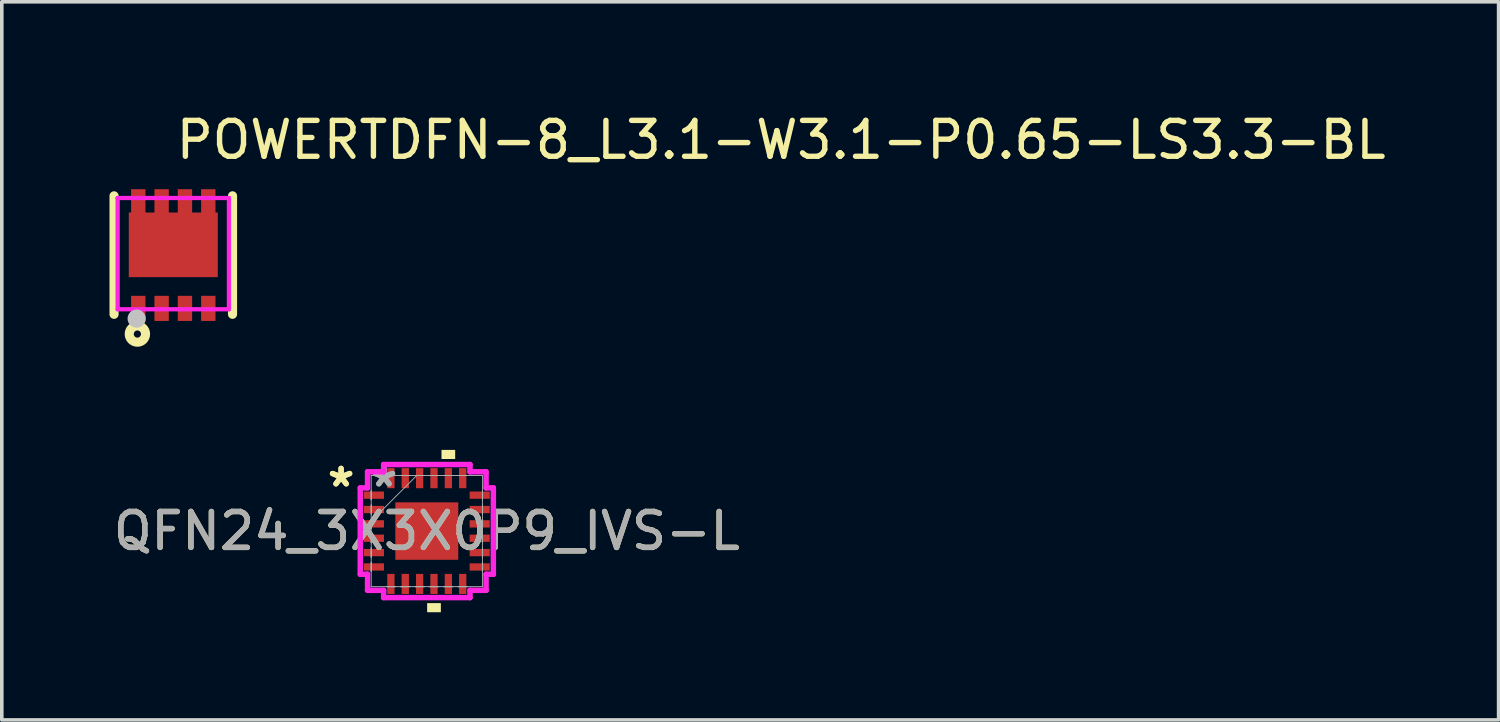
<source format=kicad_pcb>
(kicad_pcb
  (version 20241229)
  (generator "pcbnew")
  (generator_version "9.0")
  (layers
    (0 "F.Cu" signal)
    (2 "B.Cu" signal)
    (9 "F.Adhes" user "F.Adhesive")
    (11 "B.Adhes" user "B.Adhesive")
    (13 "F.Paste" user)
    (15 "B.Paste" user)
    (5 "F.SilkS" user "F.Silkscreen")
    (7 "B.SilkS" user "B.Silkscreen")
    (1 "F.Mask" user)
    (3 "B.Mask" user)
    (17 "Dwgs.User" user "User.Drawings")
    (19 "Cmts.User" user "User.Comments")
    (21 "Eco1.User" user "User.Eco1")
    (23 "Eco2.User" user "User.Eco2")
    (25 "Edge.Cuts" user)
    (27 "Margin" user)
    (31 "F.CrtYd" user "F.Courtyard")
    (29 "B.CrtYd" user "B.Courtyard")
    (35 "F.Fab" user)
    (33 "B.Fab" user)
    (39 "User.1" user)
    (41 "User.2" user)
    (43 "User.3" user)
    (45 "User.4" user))
  (footprint "QFN24_3X3X0P9_IVS-L"
    (layer "F.Cu")
    (at 8.839 11.743)
    (property "Reference" "QFN24_3X3X0P9_IVS-L" (at 0 0 0) (unlocked yes) (layer "F.SilkS") (effects (font (size 1 1) (thickness 0.15))))
    (attr smd)
    (fp_poly (pts (xy 0.009 2.007) (xy 0.009 2.261) (xy 0.391 2.261) (xy 0.391 2.007)) (stroke (width 0) (type solid)) (fill yes) (layer "F.SilkS"))
    (fp_poly (pts (xy 0.409 -2.007) (xy 0.409 -2.261) (xy 0.79 -2.261) (xy 0.79 -2.007)) (stroke (width 0) (type solid)) (fill yes) (layer "F.SilkS"))
    (fp_line (start -1.854 -1.203) (end -1.651 -1.203) (stroke (width 0.152) (type solid)) (layer "F.CrtYd"))
    (fp_line (start -1.854 1.203) (end -1.854 -1.203) (stroke (width 0.152) (type solid)) (layer "F.CrtYd"))
    (fp_line (start -1.651 -1.651) (end -1.203 -1.651) (stroke (width 0.152) (type solid)) (layer "F.CrtYd"))
    (fp_line (start -1.651 -1.203) (end -1.651 -1.651) (stroke (width 0.152) (type solid)) (layer "F.CrtYd"))
    (fp_line (start -1.651 1.203) (end -1.854 1.203) (stroke (width 0.152) (type solid)) (layer "F.CrtYd"))
    (fp_line (start -1.651 1.651) (end -1.651 1.203) (stroke (width 0.152) (type solid)) (layer "F.CrtYd"))
    (fp_line (start -1.203 -1.854) (end 1.203 -1.854) (stroke (width 0.152) (type solid)) (layer "F.CrtYd"))
    (fp_line (start -1.203 -1.651) (end -1.203 -1.854) (stroke (width 0.152) (type solid)) (layer "F.CrtYd"))
    (fp_line (start -1.203 1.651) (end -1.651 1.651) (stroke (width 0.152) (type solid)) (layer "F.CrtYd"))
    (fp_line (start -1.203 1.854) (end -1.203 1.651) (stroke (width 0.152) (type solid)) (layer "F.CrtYd"))
    (fp_line (start 1.203 -1.854) (end 1.203 -1.651) (stroke (width 0.152) (type solid)) (layer "F.CrtYd"))
    (fp_line (start 1.203 -1.651) (end 1.651 -1.651) (stroke (width 0.152) (type solid)) (layer "F.CrtYd"))
    (fp_line (start 1.203 1.651) (end 1.203 1.854) (stroke (width 0.152) (type solid)) (layer "F.CrtYd"))
    (fp_line (start 1.203 1.854) (end -1.203 1.854) (stroke (width 0.152) (type solid)) (layer "F.CrtYd"))
    (fp_line (start 1.651 -1.651) (end 1.651 -1.203) (stroke (width 0.152) (type solid)) (layer "F.CrtYd"))
    (fp_line (start 1.651 -1.203) (end 1.854 -1.203) (stroke (width 0.152) (type solid)) (layer "F.CrtYd"))
    (fp_line (start 1.651 1.203) (end 1.651 1.651) (stroke (width 0.152) (type solid)) (layer "F.CrtYd"))
    (fp_line (start 1.651 1.651) (end 1.203 1.651) (stroke (width 0.152) (type solid)) (layer "F.CrtYd"))
    (fp_line (start 1.854 -1.203) (end 1.854 1.203) (stroke (width 0.152) (type solid)) (layer "F.CrtYd"))
    (fp_line (start 1.854 1.203) (end 1.651 1.203) (stroke (width 0.152) (type solid)) (layer "F.CrtYd"))
    (fp_line (start -1.549 -1.549) (end -1.549 -1.549) (stroke (width 0.025) (type solid)) (layer "F.Fab"))
    (fp_line (start -1.549 -1.549) (end -1.549 1.549) (stroke (width 0.025) (type solid)) (layer "F.Fab"))
    (fp_line (start -1.549 -1.127) (end -1.549 -1.127) (stroke (width 0.025) (type solid)) (layer "F.Fab"))
    (fp_line (start -1.549 -1.127) (end -1.549 -0.873) (stroke (width 0.025) (type solid)) (layer "F.Fab"))
    (fp_line (start -1.549 -0.873) (end -1.549 -1.127) (stroke (width 0.025) (type solid)) (layer "F.Fab"))
    (fp_line (start -1.549 -0.873) (end -1.549 -0.873) (stroke (width 0.025) (type solid)) (layer "F.Fab"))
    (fp_line (start -1.549 -0.727) (end -1.549 -0.727) (stroke (width 0.025) (type solid)) (layer "F.Fab"))
    (fp_line (start -1.549 -0.727) (end -1.549 -0.473) (stroke (width 0.025) (type solid)) (layer "F.Fab"))
    (fp_line (start -1.549 -0.473) (end -1.549 -0.727) (stroke (width 0.025) (type solid)) (layer "F.Fab"))
    (fp_line (start -1.549 -0.473) (end -1.549 -0.473) (stroke (width 0.025) (type solid)) (layer "F.Fab"))
    (fp_line (start -1.549 -0.327) (end -1.549 -0.327) (stroke (width 0.025) (type solid)) (layer "F.Fab"))
    (fp_line (start -1.549 -0.327) (end -1.549 -0.073) (stroke (width 0.025) (type solid)) (layer "F.Fab"))
    (fp_line (start -1.549 -0.279) (end -0.279 -1.549) (stroke (width 0.025) (type solid)) (layer "F.Fab"))
    (fp_line (start -1.549 -0.073) (end -1.549 -0.327) (stroke (width 0.025) (type solid)) (layer "F.Fab"))
    (fp_line (start -1.549 -0.073) (end -1.549 -0.073) (stroke (width 0.025) (type solid)) (layer "F.Fab"))
    (fp_line (start -1.549 0.073) (end -1.549 0.073) (stroke (width 0.025) (type solid)) (layer "F.Fab"))
    (fp_line (start -1.549 0.073) (end -1.549 0.327) (stroke (width 0.025) (type solid)) (layer "F.Fab"))
    (fp_line (start -1.549 0.327) (end -1.549 0.073) (stroke (width 0.025) (type solid)) (layer "F.Fab"))
    (fp_line (start -1.549 0.327) (end -1.549 0.327) (stroke (width 0.025) (type solid)) (layer "F.Fab"))
    (fp_line (start -1.549 0.473) (end -1.549 0.473) (stroke (width 0.025) (type solid)) (layer "F.Fab"))
    (fp_line (start -1.549 0.473) (end -1.549 0.727) (stroke (width 0.025) (type solid)) (layer "F.Fab"))
    (fp_line (start -1.549 0.727) (end -1.549 0.473) (stroke (width 0.025) (type solid)) (layer "F.Fab"))
    (fp_line (start -1.549 0.727) (end -1.549 0.727) (stroke (width 0.025) (type solid)) (layer "F.Fab"))
    (fp_line (start -1.549 0.873) (end -1.549 0.873) (stroke (width 0.025) (type solid)) (layer "F.Fab"))
    (fp_line (start -1.549 0.873) (end -1.549 1.127) (stroke (width 0.025) (type solid)) (layer "F.Fab"))
    (fp_line (start -1.549 1.127) (end -1.549 0.873) (stroke (width 0.025) (type solid)) (layer "F.Fab"))
    (fp_line (start -1.549 1.127) (end -1.549 1.127) (stroke (width 0.025) (type solid)) (layer "F.Fab"))
    (fp_line (start -1.549 1.549) (end -1.549 1.549) (stroke (width 0.025) (type solid)) (layer "F.Fab"))
    (fp_line (start -1.549 1.549) (end 1.549 1.549) (stroke (width 0.025) (type solid)) (layer "F.Fab"))
    (fp_line (start -1.127 -1.549) (end -1.127 -1.549) (stroke (width 0.025) (type solid)) (layer "F.Fab"))
    (fp_line (start -1.127 -1.549) (end -0.873 -1.549) (stroke (width 0.025) (type solid)) (layer "F.Fab"))
    (fp_line (start -1.127 1.549) (end -1.127 1.549) (stroke (width 0.025) (type solid)) (layer "F.Fab"))
    (fp_line (start -1.127 1.549) (end -0.873 1.549) (stroke (width 0.025) (type solid)) (layer "F.Fab"))
    (fp_line (start -0.873 -1.549) (end -1.127 -1.549) (stroke (width 0.025) (type solid)) (layer "F.Fab"))
    (fp_line (start -0.873 -1.549) (end -0.873 -1.549) (stroke (width 0.025) (type solid)) (layer "F.Fab"))
    (fp_line (start -0.873 1.549) (end -1.127 1.549) (stroke (width 0.025) (type solid)) (layer "F.Fab"))
    (fp_line (start -0.873 1.549) (end -0.873 1.549) (stroke (width 0.025) (type solid)) (layer "F.Fab"))
    (fp_line (start -0.727 -1.549) (end -0.727 -1.549) (stroke (width 0.025) (type solid)) (layer "F.Fab"))
    (fp_line (start -0.727 -1.549) (end -0.473 -1.549) (stroke (width 0.025) (type solid)) (layer "F.Fab"))
    (fp_line (start -0.727 1.549) (end -0.727 1.549) (stroke (width 0.025) (type solid)) (layer "F.Fab"))
    (fp_line (start -0.727 1.549) (end -0.473 1.549) (stroke (width 0.025) (type solid)) (layer "F.Fab"))
    (fp_line (start -0.473 -1.549) (end -0.727 -1.549) (stroke (width 0.025) (type solid)) (layer "F.Fab"))
    (fp_line (start -0.473 -1.549) (end -0.473 -1.549) (stroke (width 0.025) (type solid)) (layer "F.Fab"))
    (fp_line (start -0.473 1.549) (end -0.727 1.549) (stroke (width 0.025) (type solid)) (layer "F.Fab"))
    (fp_line (start -0.473 1.549) (end -0.473 1.549) (stroke (width 0.025) (type solid)) (layer "F.Fab"))
    (fp_line (start -0.327 -1.549) (end -0.327 -1.549) (stroke (width 0.025) (type solid)) (layer "F.Fab"))
    (fp_line (start -0.327 -1.549) (end -0.073 -1.549) (stroke (width 0.025) (type solid)) (layer "F.Fab"))
    (fp_line (start -0.327 1.549) (end -0.327 1.549) (stroke (width 0.025) (type solid)) (layer "F.Fab"))
    (fp_line (start -0.327 1.549) (end -0.073 1.549) (stroke (width 0.025) (type solid)) (layer "F.Fab"))
    (fp_line (start -0.073 -1.549) (end -0.327 -1.549) (stroke (width 0.025) (type solid)) (layer "F.Fab"))
    (fp_line (start -0.073 -1.549) (end -0.073 -1.549) (stroke (width 0.025) (type solid)) (layer "F.Fab"))
    (fp_line (start -0.073 1.549) (end -0.327 1.549) (stroke (width 0.025) (type solid)) (layer "F.Fab"))
    (fp_line (start -0.073 1.549) (end -0.073 1.549) (stroke (width 0.025) (type solid)) (layer "F.Fab"))
    (fp_line (start 0.073 -1.549) (end 0.073 -1.549) (stroke (width 0.025) (type solid)) (layer "F.Fab"))
    (fp_line (start 0.073 -1.549) (end 0.327 -1.549) (stroke (width 0.025) (type solid)) (layer "F.Fab"))
    (fp_line (start 0.073 1.549) (end 0.073 1.549) (stroke (width 0.025) (type solid)) (layer "F.Fab"))
    (fp_line (start 0.073 1.549) (end 0.327 1.549) (stroke (width 0.025) (type solid)) (layer "F.Fab"))
    (fp_line (start 0.327 -1.549) (end 0.073 -1.549) (stroke (width 0.025) (type solid)) (layer "F.Fab"))
    (fp_line (start 0.327 -1.549) (end 0.327 -1.549) (stroke (width 0.025) (type solid)) (layer "F.Fab"))
    (fp_line (start 0.327 1.549) (end 0.073 1.549) (stroke (width 0.025) (type solid)) (layer "F.Fab"))
    (fp_line (start 0.327 1.549) (end 0.327 1.549) (stroke (width 0.025) (type solid)) (layer "F.Fab"))
    (fp_line (start 0.473 -1.549) (end 0.473 -1.549) (stroke (width 0.025) (type solid)) (layer "F.Fab"))
    (fp_line (start 0.473 -1.549) (end 0.727 -1.549) (stroke (width 0.025) (type solid)) (layer "F.Fab"))
    (fp_line (start 0.473 1.549) (end 0.473 1.549) (stroke (width 0.025) (type solid)) (layer "F.Fab"))
    (fp_line (start 0.473 1.549) (end 0.727 1.549) (stroke (width 0.025) (type solid)) (layer "F.Fab"))
    (fp_line (start 0.727 -1.549) (end 0.473 -1.549) (stroke (width 0.025) (type solid)) (layer "F.Fab"))
    (fp_line (start 0.727 -1.549) (end 0.727 -1.549) (stroke (width 0.025) (type solid)) (layer "F.Fab"))
    (fp_line (start 0.727 1.549) (end 0.473 1.549) (stroke (width 0.025) (type solid)) (layer "F.Fab"))
    (fp_line (start 0.727 1.549) (end 0.727 1.549) (stroke (width 0.025) (type solid)) (layer "F.Fab"))
    (fp_line (start 0.873 -1.549) (end 0.873 -1.549) (stroke (width 0.025) (type solid)) (layer "F.Fab"))
    (fp_line (start 0.873 -1.549) (end 1.127 -1.549) (stroke (width 0.025) (type solid)) (layer "F.Fab"))
    (fp_line (start 0.873 1.549) (end 0.873 1.549) (stroke (width 0.025) (type solid)) (layer "F.Fab"))
    (fp_line (start 0.873 1.549) (end 1.127 1.549) (stroke (width 0.025) (type solid)) (layer "F.Fab"))
    (fp_line (start 1.127 -1.549) (end 0.873 -1.549) (stroke (width 0.025) (type solid)) (layer "F.Fab"))
    (fp_line (start 1.127 -1.549) (end 1.127 -1.549) (stroke (width 0.025) (type solid)) (layer "F.Fab"))
    (fp_line (start 1.127 1.549) (end 0.873 1.549) (stroke (width 0.025) (type solid)) (layer "F.Fab"))
    (fp_line (start 1.127 1.549) (end 1.127 1.549) (stroke (width 0.025) (type solid)) (layer "F.Fab"))
    (fp_line (start 1.549 -1.549) (end -1.549 -1.549) (stroke (width 0.025) (type solid)) (layer "F.Fab"))
    (fp_line (start 1.549 -1.549) (end 1.549 -1.549) (stroke (width 0.025) (type solid)) (layer "F.Fab"))
    (fp_line (start 1.549 -1.127) (end 1.549 -1.127) (stroke (width 0.025) (type solid)) (layer "F.Fab"))
    (fp_line (start 1.549 -1.127) (end 1.549 -0.873) (stroke (width 0.025) (type solid)) (layer "F.Fab"))
    (fp_line (start 1.549 -0.873) (end 1.549 -1.127) (stroke (width 0.025) (type solid)) (layer "F.Fab"))
    (fp_line (start 1.549 -0.873) (end 1.549 -0.873) (stroke (width 0.025) (type solid)) (layer "F.Fab"))
    (fp_line (start 1.549 -0.727) (end 1.549 -0.727) (stroke (width 0.025) (type solid)) (layer "F.Fab"))
    (fp_line (start 1.549 -0.727) (end 1.549 -0.473) (stroke (width 0.025) (type solid)) (layer "F.Fab"))
    (fp_line (start 1.549 -0.473) (end 1.549 -0.727) (stroke (width 0.025) (type solid)) (layer "F.Fab"))
    (fp_line (start 1.549 -0.473) (end 1.549 -0.473) (stroke (width 0.025) (type solid)) (layer "F.Fab"))
    (fp_line (start 1.549 -0.327) (end 1.549 -0.327) (stroke (width 0.025) (type solid)) (layer "F.Fab"))
    (fp_line (start 1.549 -0.327) (end 1.549 -0.073) (stroke (width 0.025) (type solid)) (layer "F.Fab"))
    (fp_line (start 1.549 -0.073) (end 1.549 -0.327) (stroke (width 0.025) (type solid)) (layer "F.Fab"))
    (fp_line (start 1.549 -0.073) (end 1.549 -0.073) (stroke (width 0.025) (type solid)) (layer "F.Fab"))
    (fp_line (start 1.549 0.073) (end 1.549 0.073) (stroke (width 0.025) (type solid)) (layer "F.Fab"))
    (fp_line (start 1.549 0.073) (end 1.549 0.327) (stroke (width 0.025) (type solid)) (layer "F.Fab"))
    (fp_line (start 1.549 0.327) (end 1.549 0.073) (stroke (width 0.025) (type solid)) (layer "F.Fab"))
    (fp_line (start 1.549 0.327) (end 1.549 0.327) (stroke (width 0.025) (type solid)) (layer "F.Fab"))
    (fp_line (start 1.549 0.473) (end 1.549 0.473) (stroke (width 0.025) (type solid)) (layer "F.Fab"))
    (fp_line (start 1.549 0.473) (end 1.549 0.727) (stroke (width 0.025) (type solid)) (layer "F.Fab"))
    (fp_line (start 1.549 0.727) (end 1.549 0.473) (stroke (width 0.025) (type solid)) (layer "F.Fab"))
    (fp_line (start 1.549 0.727) (end 1.549 0.727) (stroke (width 0.025) (type solid)) (layer "F.Fab"))
    (fp_line (start 1.549 0.873) (end 1.549 0.873) (stroke (width 0.025) (type solid)) (layer "F.Fab"))
    (fp_line (start 1.549 0.873) (end 1.549 1.127) (stroke (width 0.025) (type solid)) (layer "F.Fab"))
    (fp_line (start 1.549 1.127) (end 1.549 0.873) (stroke (width 0.025) (type solid)) (layer "F.Fab"))
    (fp_line (start 1.549 1.127) (end 1.549 1.127) (stroke (width 0.025) (type solid)) (layer "F.Fab"))
    (fp_line (start 1.549 1.549) (end 1.549 -1.549) (stroke (width 0.025) (type solid)) (layer "F.Fab"))
    (fp_line (start 1.549 1.549) (end 1.549 1.549) (stroke (width 0.025) (type solid)) (layer "F.Fab"))
    (fp_text user "*" (at -2.388 -1.2 0) (layer "F.SilkS") (effects (font (size 1 1) (thickness 0.15))))
    (fp_text user "*" (at -2.388 -1.2 0) (unlocked yes) (layer "F.SilkS") (effects (font (size 1 1) (thickness 0.15))))
    (fp_text user "*" (at -1.194 -1.2 0) (unlocked yes) (layer "F.Fab") (effects (font (size 1 1) (thickness 0.15))))
    (fp_text user "*" (at -1.194 -1.2 0) (layer "F.Fab") (effects (font (size 1 1) (thickness 0.15))))
    (fp_text user "${REFERENCE}" (at 0 0 0) (unlocked yes) (layer "F.Fab") (effects (font (size 1 1) (thickness 0.15))))
    (pad "1" smd rect (at -1.473 -1 90) (size 0.203 0.559) (layers "F.Cu" "F.Mask" "F.Paste"))
    (pad "2" smd rect (at -1.473 -0.6 90) (size 0.203 0.559) (layers "F.Cu" "F.Mask" "F.Paste"))
    (pad "3" smd rect (at -1.473 -0.2 90) (size 0.203 0.559) (layers "F.Cu" "F.Mask" "F.Paste"))
    (pad "4" smd rect (at -1.473 0.2 90) (size 0.203 0.559) (layers "F.Cu" "F.Mask" "F.Paste"))
    (pad "5" smd rect (at -1.473 0.6 90) (size 0.203 0.559) (layers "F.Cu" "F.Mask" "F.Paste"))
    (pad "6" smd rect (at -1.473 1 90) (size 0.203 0.559) (layers "F.Cu" "F.Mask" "F.Paste"))
    (pad "7" smd rect (at -1 1.473) (size 0.203 0.559) (layers "F.Cu" "F.Mask" "F.Paste"))
    (pad "8" smd rect (at -0.6 1.473) (size 0.203 0.559) (layers "F.Cu" "F.Mask" "F.Paste"))
    (pad "9" smd rect (at -0.2 1.473) (size 0.203 0.559) (layers "F.Cu" "F.Mask" "F.Paste"))
    (pad "10" smd rect (at 0.2 1.473) (size 0.203 0.559) (layers "F.Cu" "F.Mask" "F.Paste"))
    (pad "11" smd rect (at 0.6 1.473) (size 0.203 0.559) (layers "F.Cu" "F.Mask" "F.Paste"))
    (pad "12" smd rect (at 1 1.473) (size 0.203 0.559) (layers "F.Cu" "F.Mask" "F.Paste"))
    (pad "13" smd rect (at 1.473 1 90) (size 0.203 0.559) (layers "F.Cu" "F.Mask" "F.Paste"))
    (pad "14" smd rect (at 1.473 0.6 90) (size 0.203 0.559) (layers "F.Cu" "F.Mask" "F.Paste"))
    (pad "15" smd rect (at 1.473 0.2 90) (size 0.203 0.559) (layers "F.Cu" "F.Mask" "F.Paste"))
    (pad "16" smd rect (at 1.473 -0.2 90) (size 0.203 0.559) (layers "F.Cu" "F.Mask" "F.Paste"))
    (pad "17" smd rect (at 1.473 -0.6 90) (size 0.203 0.559) (layers "F.Cu" "F.Mask" "F.Paste"))
    (pad "18" smd rect (at 1.473 -1 90) (size 0.203 0.559) (layers "F.Cu" "F.Mask" "F.Paste"))
    (pad "19" smd rect (at 1 -1.473) (size 0.203 0.559) (layers "F.Cu" "F.Mask" "F.Paste"))
    (pad "20" smd rect (at 0.6 -1.473) (size 0.203 0.559) (layers "F.Cu" "F.Mask" "F.Paste"))
    (pad "21" smd rect (at 0.2 -1.473) (size 0.203 0.559) (layers "F.Cu" "F.Mask" "F.Paste"))
    (pad "22" smd rect (at -0.2 -1.473) (size 0.203 0.559) (layers "F.Cu" "F.Mask" "F.Paste"))
    (pad "23" smd rect (at -0.6 -1.473) (size 0.203 0.559) (layers "F.Cu" "F.Mask" "F.Paste"))
    (pad "24" smd rect (at -1 -1.473) (size 0.203 0.559) (layers "F.Cu" "F.Mask" "F.Paste"))
    (pad "25" smd rect (at 0 0) (size 1.753 1.6) (layers "F.Cu" "F.Mask" "F.Paste")))
  (footprint "POWERTDFN-8_L3.1-W3.1-P0.65-LS3.3-BL"
    (layer "F.Cu")
    (at 1.777 4.055)
    (property "Reference" "POWERTDFN-8_L3.1-W3.1-P0.65-LS3.3-BL" (at 0 -3.207 0) (layer "F.SilkS") (effects (font (size 1 1) (thickness 0.15)) (justify left)))
    (attr through_hole)
    (fp_line (start -1.65 1.65) (end -1.65 -1.65) (stroke (width 0.254) (type solid)) (layer "F.SilkS"))
    (fp_line (start 1.65 -1.65) (end 1.65 1.65) (stroke (width 0.254) (type solid)) (layer "F.SilkS"))
    (fp_circle (center -1 2.2) (end -0.9 2.2) (stroke (width 0.254) (type solid)) (fill no) (layer "F.SilkS"))
    (fp_poly (pts (xy -1.175 1.135) (xy -1.175 1.835) (xy -0.775 1.835) (xy -0.775 1.135)) (stroke (width 0.12) (type solid)) (fill yes) (layer "F.Paste"))
    (fp_poly (pts (xy -0.125 1.835) (xy -0.125 1.135) (xy -0.525 1.135) (xy -0.525 1.835)) (stroke (width 0.12) (type solid)) (fill yes) (layer "F.Paste"))
    (fp_poly (pts (xy 0.525 1.835) (xy 0.525 1.135) (xy 0.125 1.135) (xy 0.125 1.835)) (stroke (width 0.12) (type solid)) (fill yes) (layer "F.Paste"))
    (fp_poly (pts (xy 1.175 1.835) (xy 1.175 1.135) (xy 0.775 1.135) (xy 0.775 1.835)) (stroke (width 0.12) (type solid)) (fill yes) (layer "F.Paste"))
    (fp_poly (pts (xy 0.125 -1.835) (xy 0.125 -1.185) (xy -0.125 -1.185) (xy -0.125 -1.835) (xy -0.525 -1.835) (xy -0.525 -1.185) (xy -0.775 -1.185) (xy -0.775 -1.835) (xy -1.175 -1.835) (xy -1.175 -1.185) (xy -1.24 -1.185) (xy -1.24 0.615) (xy 1.24 0.615) (xy 1.24 -1.185) (xy 1.175 -1.185) (xy 1.175 -1.835) (xy 0.775 -1.835) (xy 0.775 -1.185) (xy 0.525 -1.185) (xy 0.525 -1.835)) (stroke (width 0.12) (type solid)) (fill yes) (layer "F.Paste"))
    (fp_circle (center -1.02 1.77) (end -0.893 1.77) (stroke (width 0.254) (type solid)) (fill no) (layer "Dwgs.User"))
    (fp_circle (center -1.55 1.65) (end -1.52 1.65) (stroke (width 0.06) (type solid)) (fill no) (layer "Eco2.User"))
    (fp_poly (pts (xy -1.24 0.615) (xy -1.24 -1.185) (xy 1.24 -1.185) (xy 1.24 0.615)) (stroke (width 0.12) (type solid)) (fill no) (layer "Eco2.User"))
    (fp_poly (pts (xy -0.84 -1.65) (xy -0.84 -1.25) (xy -1.14 -1.25) (xy -1.14 -1.65)) (stroke (width 0.12) (type solid)) (fill no) (layer "Eco2.User"))
    (fp_poly (pts (xy -0.827 1.25) (xy -0.827 1.65) (xy -1.122 1.65) (xy -1.122 1.25)) (stroke (width 0.12) (type solid)) (fill no) (layer "Eco2.User"))
    (fp_poly (pts (xy -0.18 -1.65) (xy -0.18 -1.25) (xy -0.48 -1.25) (xy -0.48 -1.65)) (stroke (width 0.12) (type solid)) (fill no) (layer "Eco2.User"))
    (fp_poly (pts (xy -0.177 1.25) (xy -0.177 1.65) (xy -0.472 1.65) (xy -0.472 1.25)) (stroke (width 0.12) (type solid)) (fill no) (layer "Eco2.User"))
    (fp_poly (pts (xy 0.473 1.25) (xy 0.473 1.65) (xy 0.178 1.65) (xy 0.178 1.25)) (stroke (width 0.12) (type solid)) (fill no) (layer "Eco2.User"))
    (fp_poly (pts (xy 0.48 -1.65) (xy 0.48 -1.25) (xy 0.18 -1.25) (xy 0.18 -1.65)) (stroke (width 0.12) (type solid)) (fill no) (layer "Eco2.User"))
    (fp_poly (pts (xy 1.123 1.25) (xy 1.123 1.65) (xy 0.828 1.65) (xy 0.828 1.25)) (stroke (width 0.12) (type solid)) (fill no) (layer "Eco2.User"))
    (fp_poly (pts (xy 1.14 -1.65) (xy 1.14 -1.25) (xy 0.84 -1.25) (xy 0.84 -1.65)) (stroke (width 0.12) (type solid)) (fill no) (layer "Eco2.User"))
    (fp_line (start -1.55 -1.59) (end 1.55 -1.59) (stroke (width 0.12) (type solid)) (layer "F.CrtYd"))
    (fp_line (start -1.55 1.51) (end -1.55 -1.59) (stroke (width 0.12) (type solid)) (layer "F.CrtYd"))
    (fp_line (start 1.55 -1.59) (end 1.55 1.51) (stroke (width 0.12) (type solid)) (layer "F.CrtYd"))
    (fp_line (start 1.55 1.51) (end -1.55 1.51) (stroke (width 0.12) (type solid)) (layer "F.CrtYd"))
    (pad "1" smd rect (at -0.975 1.485) (size 0.4 0.7) (layers "F.Cu" "F.Mask" "F.Paste"))
    (pad "2" smd rect (at -0.325 1.485) (size 0.4 0.7) (layers "F.Cu" "F.Mask" "F.Paste"))
    (pad "3" smd rect (at 0.325 1.485) (size 0.4 0.7) (layers "F.Cu" "F.Mask" "F.Paste"))
    (pad "4" smd rect (at 0.975 1.485) (size 0.4 0.7) (layers "F.Cu" "F.Mask" "F.Paste"))
    (pad "5" smd rect (at 0.975 -1.485 90) (size 0.7 0.4) (layers "F.Cu" "F.Mask" "F.Paste"))
    (pad "6" smd rect (at 0.325 -1.485 90) (size 0.7 0.4) (layers "F.Cu" "F.Mask" "F.Paste"))
    (pad "7" smd rect (at -0.325 -1.485 90) (size 0.7 0.4) (layers "F.Cu" "F.Mask" "F.Paste"))
    (pad "8" smd rect (at -0.975 -1.485 90) (size 0.7 0.4) (layers "F.Cu" "F.Mask" "F.Paste"))
    (pad "8" smd rect (at 0 -0.285 90) (size 1.8 2.48) (layers "F.Cu" "F.Mask" "F.Paste")))
  (gr_rect
    (start -3 -3)
    (end 38.694 17.003)
    (stroke (width 0.1) (type default))
    (fill no)
    (layer "Edge.Cuts")))
</source>
